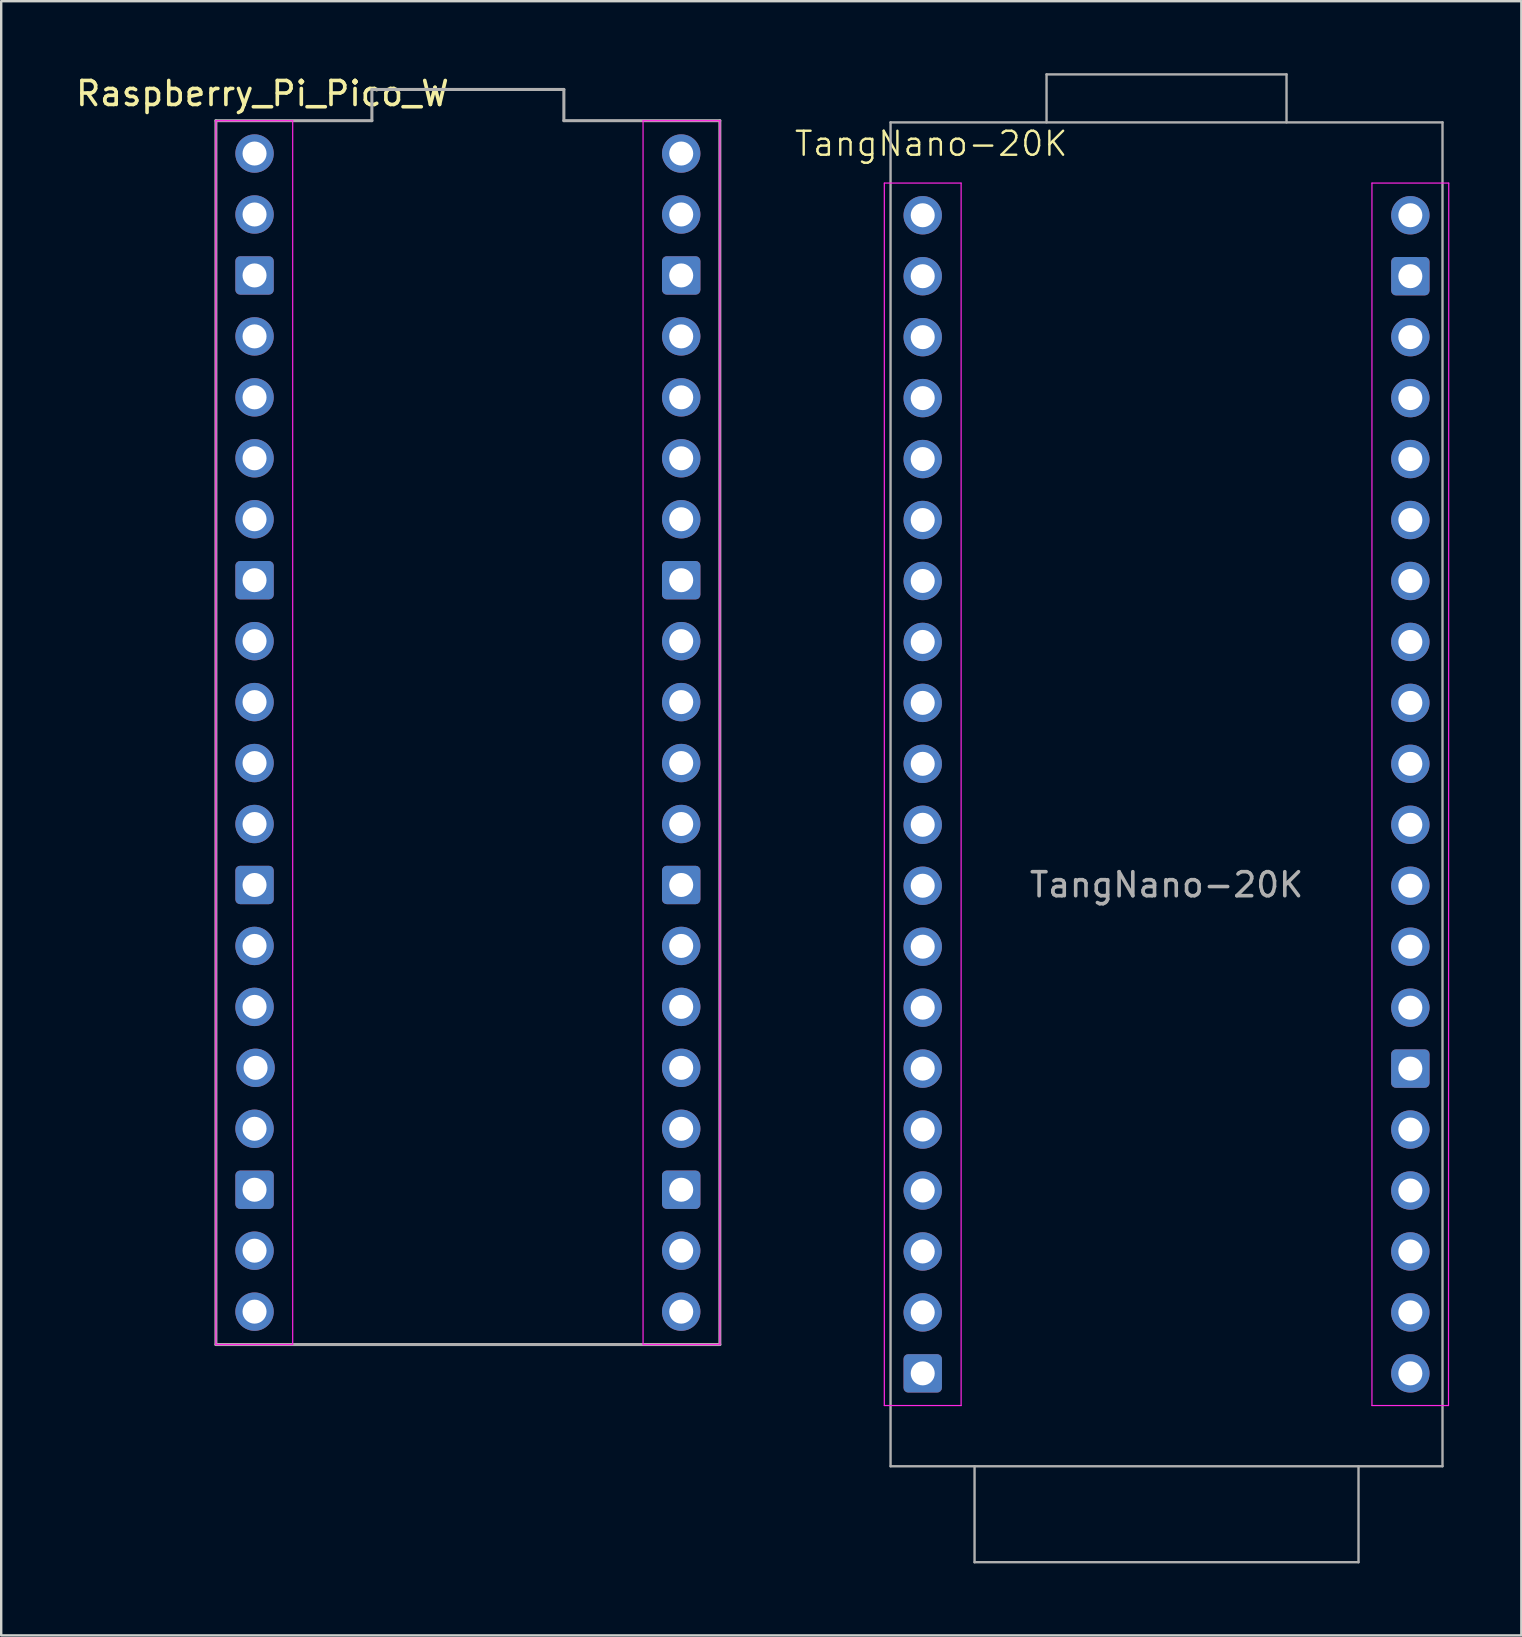
<source format=kicad_pcb>
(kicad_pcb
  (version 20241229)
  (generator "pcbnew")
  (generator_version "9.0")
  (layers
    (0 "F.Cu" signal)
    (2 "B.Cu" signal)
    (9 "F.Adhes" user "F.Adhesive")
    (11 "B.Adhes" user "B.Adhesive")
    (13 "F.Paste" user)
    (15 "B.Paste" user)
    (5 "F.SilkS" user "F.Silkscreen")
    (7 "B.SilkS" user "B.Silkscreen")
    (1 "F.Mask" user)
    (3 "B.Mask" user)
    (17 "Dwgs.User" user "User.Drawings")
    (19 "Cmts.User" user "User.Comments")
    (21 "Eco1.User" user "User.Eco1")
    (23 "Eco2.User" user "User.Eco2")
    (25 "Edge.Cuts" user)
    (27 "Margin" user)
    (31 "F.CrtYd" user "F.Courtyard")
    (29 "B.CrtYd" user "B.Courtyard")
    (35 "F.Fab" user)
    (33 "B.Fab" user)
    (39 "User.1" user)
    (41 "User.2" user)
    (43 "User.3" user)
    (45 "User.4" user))
  (footprint "Raspberry_Pi_Pico_W"
    (layer "F.Cu")
    (at 16.447 27.478)
    (property "Reference" "Raspberry_Pi_Pico_W" (at -8.56 -26.63 0) (layer "F.SilkS") (effects (font (size 1 1) (thickness 0.15))))
    (attr through_hole)
    (fp_line (start -10.5 -25.5) (end -7.3 -25.5) (stroke (width 0.05) (type default)) (layer "F.CrtYd"))
    (fp_line (start -10.5 25.5) (end -10.5 -25.5) (stroke (width 0.05) (type default)) (layer "F.CrtYd"))
    (fp_line (start -7.3 -25.5) (end -7.3 25.5) (stroke (width 0.05) (type solid)) (layer "F.CrtYd"))
    (fp_line (start -7.3 25.5) (end -10.5 25.5) (stroke (width 0.05) (type default)) (layer "F.CrtYd"))
    (fp_line (start 7.3 25.5) (end 7.3 -25.5) (stroke (width 0.05) (type solid)) (layer "F.CrtYd"))
    (fp_line (start 7.3 25.5) (end 10.5 25.5) (stroke (width 0.05) (type solid)) (layer "F.CrtYd"))
    (fp_line (start 10.5 -25.5) (end 7.3 -25.5) (stroke (width 0.05) (type solid)) (layer "F.CrtYd"))
    (fp_line (start 10.5 25.5) (end 10.5 -25.5) (stroke (width 0.05) (type default)) (layer "F.CrtYd"))
    (fp_line (start -10.5 -25.5) (end -4 -25.5) (stroke (width 0.127) (type solid)) (layer "F.Fab"))
    (fp_line (start -10.5 25.5) (end -10.5 -25.5) (stroke (width 0.127) (type solid)) (layer "F.Fab"))
    (fp_line (start -4 -26.8) (end 4 -26.8) (stroke (width 0.127) (type solid)) (layer "F.Fab"))
    (fp_line (start -4 -25.5) (end -4 -26.8) (stroke (width 0.127) (type solid)) (layer "F.Fab"))
    (fp_line (start 4 -26.8) (end 4 -25.5) (stroke (width 0.127) (type solid)) (layer "F.Fab"))
    (fp_line (start 4 -25.5) (end 10.5 -25.5) (stroke (width 0.127) (type solid)) (layer "F.Fab"))
    (fp_line (start 10.5 -25.5) (end 10.5 25.5) (stroke (width 0.127) (type solid)) (layer "F.Fab"))
    (fp_line (start 10.5 25.5) (end -10.5 25.5) (stroke (width 0.127) (type solid)) (layer "F.Fab"))
    (pad "1" thru_hole circle (at -8.89 -24.13) (size 1.6 1.6) (drill 1) (layers "*.Cu" "*.Mask"))
    (pad "2" thru_hole circle (at -8.89 -21.59) (size 1.6 1.6) (drill 1) (layers "*.Cu" "*.Mask"))
    (pad "3" thru_hole roundrect (at -8.89 -19.05) (size 1.6 1.6) (drill 1) (layers "*.Cu" "*.Mask") (roundrect_rratio 0.125))
    (pad "4" thru_hole circle (at -8.89 -16.51) (size 1.6 1.6) (drill 1) (layers "*.Cu" "*.Mask"))
    (pad "5" thru_hole circle (at -8.89 -13.97) (size 1.6 1.6) (drill 1) (layers "*.Cu" "*.Mask"))
    (pad "6" thru_hole circle (at -8.89 -11.43) (size 1.6 1.6) (drill 1) (layers "*.Cu" "*.Mask"))
    (pad "7" thru_hole circle (at -8.89 -8.89) (size 1.6 1.6) (drill 1) (layers "*.Cu" "*.Mask"))
    (pad "8" thru_hole roundrect (at -8.89 -6.35) (size 1.6 1.6) (drill 1) (layers "*.Cu" "*.Mask") (roundrect_rratio 0.125))
    (pad "9" thru_hole circle (at -8.89 -3.81) (size 1.6 1.6) (drill 1) (layers "*.Cu" "*.Mask"))
    (pad "10" thru_hole circle (at -8.89 -1.27) (size 1.6 1.6) (drill 1) (layers "*.Cu" "*.Mask"))
    (pad "11" thru_hole circle (at -8.89 1.27) (size 1.6 1.6) (drill 1) (layers "*.Cu" "*.Mask"))
    (pad "12" thru_hole circle (at -8.89 3.81) (size 1.6 1.6) (drill 1) (layers "*.Cu" "*.Mask"))
    (pad "13" thru_hole roundrect (at -8.89 6.35) (size 1.6 1.6) (drill 1) (layers "*.Cu" "*.Mask") (roundrect_rratio 0.125))
    (pad "14" thru_hole circle (at -8.89 8.89) (size 1.6 1.6) (drill 1) (layers "*.Cu" "*.Mask"))
    (pad "15" thru_hole circle (at -8.89 11.43) (size 1.6 1.6) (drill 1) (layers "*.Cu" "*.Mask"))
    (pad "16" thru_hole circle (at -8.848 13.97) (size 1.6 1.6) (drill 1) (layers "*.Cu" "*.Mask"))
    (pad "17" thru_hole circle (at -8.89 16.51) (size 1.6 1.6) (drill 1) (layers "*.Cu" "*.Mask"))
    (pad "18" thru_hole roundrect (at -8.89 19.05) (size 1.6 1.6) (drill 1) (layers "*.Cu" "*.Mask") (roundrect_rratio 0.125))
    (pad "19" thru_hole circle (at -8.89 21.59) (size 1.6 1.6) (drill 1) (layers "*.Cu" "*.Mask"))
    (pad "20" thru_hole circle (at -8.89 24.13) (size 1.6 1.6) (drill 1) (layers "*.Cu" "*.Mask"))
    (pad "21" thru_hole circle (at 8.89 24.13) (size 1.6 1.6) (drill 1) (layers "*.Cu" "*.Mask"))
    (pad "22" thru_hole circle (at 8.89 21.59) (size 1.6 1.6) (drill 1) (layers "*.Cu" "*.Mask"))
    (pad "23" thru_hole roundrect (at 8.89 19.05) (size 1.6 1.6) (drill 1) (layers "*.Cu" "*.Mask") (roundrect_rratio 0.125))
    (pad "24" thru_hole circle (at 8.89 16.51) (size 1.6 1.6) (drill 1) (layers "*.Cu" "*.Mask"))
    (pad "25" thru_hole circle (at 8.89 13.97) (size 1.6 1.6) (drill 1) (layers "*.Cu" "*.Mask"))
    (pad "26" thru_hole circle (at 8.89 11.43) (size 1.6 1.6) (drill 1) (layers "*.Cu" "*.Mask"))
    (pad "27" thru_hole circle (at 8.89 8.89) (size 1.6 1.6) (drill 1) (layers "*.Cu" "*.Mask"))
    (pad "28" thru_hole roundrect (at 8.89 6.35) (size 1.6 1.6) (drill 1) (layers "*.Cu" "*.Mask") (roundrect_rratio 0.125))
    (pad "29" thru_hole circle (at 8.89 3.81) (size 1.6 1.6) (drill 1) (layers "*.Cu" "*.Mask"))
    (pad "30" thru_hole circle (at 8.89 1.27) (size 1.6 1.6) (drill 1) (layers "*.Cu" "*.Mask"))
    (pad "31" thru_hole circle (at 8.89 -1.27) (size 1.6 1.6) (drill 1) (layers "*.Cu" "*.Mask"))
    (pad "32" thru_hole circle (at 8.89 -3.81) (size 1.6 1.6) (drill 1) (layers "*.Cu" "*.Mask"))
    (pad "33" thru_hole roundrect (at 8.89 -6.35) (size 1.6 1.6) (drill 1) (layers "*.Cu" "*.Mask") (roundrect_rratio 0.125))
    (pad "34" thru_hole circle (at 8.89 -8.89) (size 1.6 1.6) (drill 1) (layers "*.Cu" "*.Mask"))
    (pad "35" thru_hole circle (at 8.89 -11.43) (size 1.6 1.6) (drill 1) (layers "*.Cu" "*.Mask"))
    (pad "36" thru_hole circle (at 8.89 -13.97) (size 1.6 1.6) (drill 1) (layers "*.Cu" "*.Mask"))
    (pad "37" thru_hole circle (at 8.89 -16.51) (size 1.6 1.6) (drill 1) (layers "*.Cu" "*.Mask"))
    (pad "38" thru_hole roundrect (at 8.89 -19.05) (size 1.6 1.6) (drill 1) (layers "*.Cu" "*.Mask") (roundrect_rratio 0.125))
    (pad "39" thru_hole circle (at 8.89 -21.59) (size 1.6 1.6) (drill 1) (layers "*.Cu" "*.Mask"))
    (pad "40" thru_hole circle (at 8.89 -24.13) (size 1.6 1.6) (drill 1) (layers "*.Cu" "*.Mask")))
  (footprint "TangNano-20K"
    (layer "F.Cu")
    (at 45.561 30.05)
    (property "Reference" "TangNano-20K" (at -9.81 -27.11 0) (unlocked yes) (layer "F.SilkS") (effects (font (size 1 1) (thickness 0.1))))
    (attr through_hole)
    (fp_line (start -11.76 -25.47) (end -8.56 -25.47) (stroke (width 0.05) (type default)) (layer "F.CrtYd"))
    (fp_line (start -11.76 25.47) (end -11.76 -25.47) (stroke (width 0.05) (type default)) (layer "F.CrtYd"))
    (fp_line (start -8.56 -25.47) (end -8.56 25.47) (stroke (width 0.05) (type default)) (layer "F.CrtYd"))
    (fp_line (start -8.56 25.47) (end -11.76 25.47) (stroke (width 0.05) (type default)) (layer "F.CrtYd"))
    (fp_line (start 8.56 -25.47) (end 11.76 -25.47) (stroke (width 0.05) (type default)) (layer "F.CrtYd"))
    (fp_line (start 8.56 25.47) (end 8.56 -25.47) (stroke (width 0.05) (type default)) (layer "F.CrtYd"))
    (fp_line (start 11.75 25.47) (end 8.56 25.47) (stroke (width 0.05) (type default)) (layer "F.CrtYd"))
    (fp_line (start 11.76 -25.47) (end 11.75 25.47) (stroke (width 0.05) (type default)) (layer "F.CrtYd"))
    (fp_line (start -11.5 -28) (end 11.5 -28) (stroke (width 0.1) (type default)) (layer "F.Fab"))
    (fp_line (start -11.5 28) (end -11.5 -28) (stroke (width 0.1) (type default)) (layer "F.Fab"))
    (fp_line (start -8 28) (end -8 32) (stroke (width 0.1) (type default)) (layer "F.Fab"))
    (fp_line (start -8 32) (end 8 32) (stroke (width 0.1) (type default)) (layer "F.Fab"))
    (fp_line (start -5 -30) (end 5 -30) (stroke (width 0.1) (type default)) (layer "F.Fab"))
    (fp_line (start -5 -28) (end -5 -30) (stroke (width 0.1) (type default)) (layer "F.Fab"))
    (fp_line (start 5 -30) (end 5 -28) (stroke (width 0.1) (type default)) (layer "F.Fab"))
    (fp_line (start 8 32) (end 8 28) (stroke (width 0.1) (type default)) (layer "F.Fab"))
    (fp_line (start 11.5 -28) (end 11.5 28) (stroke (width 0.1) (type default)) (layer "F.Fab"))
    (fp_line (start 11.5 28) (end -11.5 28) (stroke (width 0.1) (type default)) (layer "F.Fab"))
    (fp_text user "${REFERENCE}" (at 0 3.77 0) (unlocked yes) (layer "F.Fab") (effects (font (size 1 1) (thickness 0.15))))
    (pad "15" thru_hole circle (at -10.16 -11.43) (size 1.6 1.6) (drill 1) (layers "*.Cu" "*.Mask"))
    (pad "16" thru_hole circle (at -10.16 -8.89) (size 1.6 1.6) (drill 1) (layers "*.Cu" "*.Mask"))
    (pad "17" thru_hole circle (at -10.16 11.43) (size 1.6 1.6) (drill 1) (layers "*.Cu" "*.Mask"))
    (pad "18" thru_hole circle (at -10.16 19.05) (size 1.6 1.6) (drill 1) (layers "*.Cu" "*.Mask"))
    (pad "19" thru_hole circle (at -10.16 16.51) (size 1.6 1.6) (drill 1) (layers "*.Cu" "*.Mask"))
    (pad "20" thru_hole circle (at -10.16 13.97) (size 1.6 1.6) (drill 1) (layers "*.Cu" "*.Mask"))
    (pad "25" thru_hole circle (at -10.16 -1.27) (size 1.6 1.6) (drill 1) (layers "*.Cu" "*.Mask"))
    (pad "26" thru_hole circle (at -10.16 1.27) (size 1.6 1.6) (drill 1) (layers "*.Cu" "*.Mask"))
    (pad "27" thru_hole circle (at -10.16 -6.35) (size 1.6 1.6) (drill 1) (layers "*.Cu" "*.Mask"))
    (pad "28" thru_hole circle (at -10.16 -3.81) (size 1.6 1.6) (drill 1) (layers "*.Cu" "*.Mask"))
    (pad "29" thru_hole circle (at -10.16 3.81) (size 1.6 1.6) (drill 1) (layers "*.Cu" "*.Mask"))
    (pad "30" thru_hole circle (at -10.16 6.35) (size 1.6 1.6) (drill 1) (layers "*.Cu" "*.Mask"))
    (pad "31" thru_hole circle (at -10.16 8.89) (size 1.6 1.6) (drill 1) (layers "*.Cu" "*.Mask"))
    (pad "41" thru_hole circle (at 10.16 -11.43) (size 1.6 1.6) (drill 1) (layers "*.Cu" "*.Mask"))
    (pad "42" thru_hole circle (at 10.16 -13.97) (size 1.6 1.6) (drill 1) (layers "*.Cu" "*.Mask"))
    (pad "48" thru_hole circle (at 10.16 -1.27) (size 1.6 1.6) (drill 1) (layers "*.Cu" "*.Mask"))
    (pad "49" thru_hole circle (at 10.16 3.81) (size 1.6 1.6) (drill 1) (layers "*.Cu" "*.Mask"))
    (pad "51" thru_hole circle (at 10.16 -3.81) (size 1.6 1.6) (drill 1) (layers "*.Cu" "*.Mask"))
    (pad "52" thru_hole circle (at 10.16 24.13) (size 1.6 1.6) (drill 1) (layers "*.Cu" "*.Mask"))
    (pad "53" thru_hole circle (at 10.16 21.59) (size 1.6 1.6) (drill 1) (layers "*.Cu" "*.Mask"))
    (pad "54" thru_hole circle (at 10.16 -6.35) (size 1.6 1.6) (drill 1) (layers "*.Cu" "*.Mask"))
    (pad "55" thru_hole circle (at 10.16 1.27) (size 1.6 1.6) (drill 1) (layers "*.Cu" "*.Mask"))
    (pad "56" thru_hole circle (at 10.16 -8.89) (size 1.6 1.6) (drill 1) (layers "*.Cu" "*.Mask"))
    (pad "71" thru_hole circle (at 10.16 19.05) (size 1.6 1.6) (drill 1) (layers "*.Cu" "*.Mask"))
    (pad "72" thru_hole circle (at 10.16 16.51) (size 1.6 1.6) (drill 1) (layers "*.Cu" "*.Mask"))
    (pad "73" thru_hole circle (at -10.16 -24.13 90) (size 1.6 1.6) (drill 1) (layers "*.Cu" "*.Mask"))
    (pad "74" thru_hole circle (at -10.16 -21.59) (size 1.6 1.6) (drill 1) (layers "*.Cu" "*.Mask"))
    (pad "75" thru_hole circle (at -10.16 -19.05) (size 1.6 1.6) (drill 1) (layers "*.Cu" "*.Mask"))
    (pad "76" thru_hole circle (at 10.16 -19.05) (size 1.6 1.6) (drill 1) (layers "*.Cu" "*.Mask"))
    (pad "77" thru_hole circle (at -10.16 -13.97) (size 1.6 1.6) (drill 1) (layers "*.Cu" "*.Mask"))
    (pad "79" thru_hole circle (at 10.16 8.89) (size 1.6 1.6) (drill 1) (layers "*.Cu" "*.Mask"))
    (pad "80" thru_hole circle (at 10.16 -16.51) (size 1.6 1.6) (drill 1) (layers "*.Cu" "*.Mask"))
    (pad "85" thru_hole circle (at -10.16 -16.51) (size 1.6 1.6) (drill 1) (layers "*.Cu" "*.Mask"))
    (pad "86" thru_hole circle (at 10.16 6.35) (size 1.6 1.6) (drill 1) (layers "*.Cu" "*.Mask"))
    (pad "P1" thru_hole circle (at -10.16 21.59) (size 1.6 1.6) (drill 1) (layers "*.Cu" "*.Mask"))
    (pad "P2" thru_hole roundrect (at -10.16 24.13) (size 1.6 1.6) (drill 1) (layers "*.Cu" "*.Mask") (roundrect_rratio 0.125))
    (pad "P3" thru_hole circle (at 10.16 -24.13) (size 1.6 1.6) (drill 1) (layers "*.Cu" "*.Mask"))
    (pad "P4" thru_hole roundrect (at 10.16 -21.59) (size 1.6 1.6) (drill 1) (layers "*.Cu" "*.Mask") (roundrect_rratio 0.125))
    (pad "P5" thru_hole roundrect (at 10.16 11.43) (size 1.6 1.6) (drill 1) (layers "*.Cu" "*.Mask") (roundrect_rratio 0.125))
    (pad "P6" thru_hole circle (at 10.16 13.97) (size 1.6 1.6) (drill 1) (layers "*.Cu" "*.Mask")))
  (gr_rect
    (start -3 -3)
    (end 60.346 65.1)
    (stroke (width 0.1) (type default))
    (fill no)
    (layer "Edge.Cuts")))
</source>
